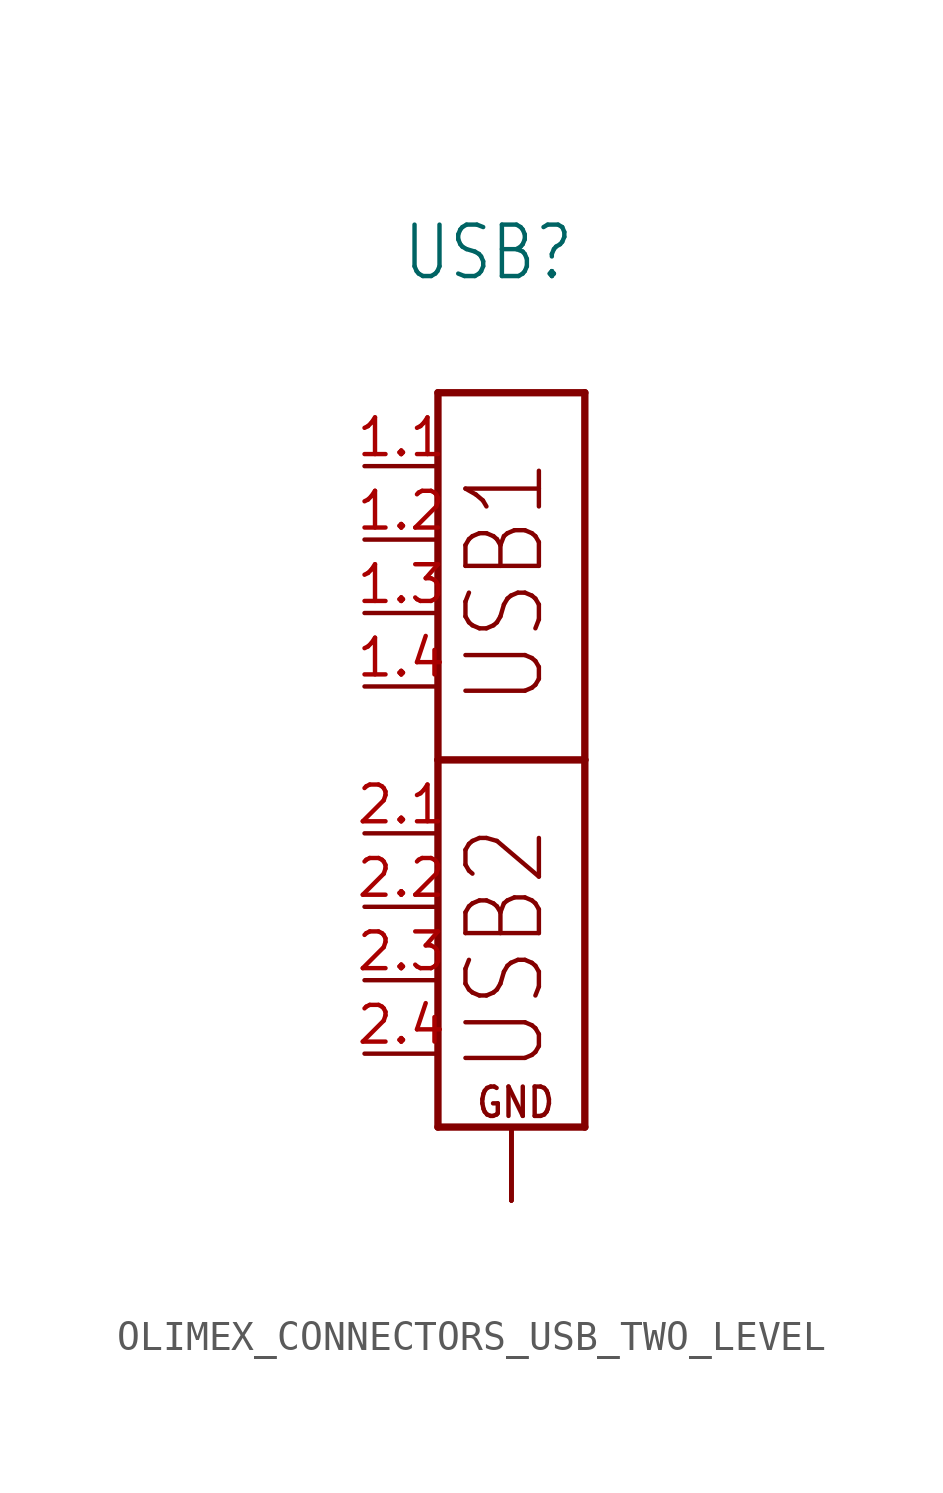
<source format=kicad_sym>
(kicad_symbol_lib
  (version 20231120)
  (generator "kicad_symbol_editor")
  (generator_version "8.0")
  (symbol "OLIMEX_CONNECTORS_USB_TWO_LEVEL"
    (property "Reference" "USB"
      (at -3.81 16.51 0)
      (effects (font (size 1.778 1.511)) (justify left bottom)))
    (property "Value" ""
      (at -3.81 13.97 0)
      (effects (font (size 1.778 1.511)) (justify left bottom)))
    (property "ki_locked" ""
      (at 0 0 0)
      (effects (font (size 1.27 1.27))))
    (symbol "OLIMEX_CONNECTORS_USB_TWO_LEVEL_1_0"
      (polyline (pts (xy -2.54 -12.7) (xy 2.54 -12.7)) (stroke (width 0.254) (type solid)) (fill (type none)))
      (polyline (pts (xy -2.54 0) (xy -2.54 -12.7)) (stroke (width 0.254) (type solid)) (fill (type none)))
      (polyline (pts (xy -2.54 12.7) (xy -2.54 0)) (stroke (width 0.254) (type solid)) (fill (type none)))
      (polyline (pts (xy 2.54 -12.7) (xy 2.54 0)) (stroke (width 0.254) (type solid)) (fill (type none)))
      (polyline (pts (xy 2.54 0) (xy -2.54 0)) (stroke (width 0.254) (type solid)) (fill (type none)))
      (polyline (pts (xy 2.54 0) (xy 2.54 12.7)) (stroke (width 0.254) (type solid)) (fill (type none)))
      (polyline (pts (xy 2.54 12.7) (xy -2.54 12.7)) (stroke (width 0.254) (type solid)) (fill (type none)))
      (text "GND" (at -1.27 -12.446 0) (effects (font (size 1.016 0.864)) (justify left bottom)))
      (text "USB1" (at 1.27 1.778 900) (effects (font (size 2.54 2.159)) (justify left bottom)))
      (text "USB2" (at 1.27 -10.922 900) (effects (font (size 2.54 2.159)) (justify left bottom)))
      (pin passive line (at -5.08 10.16 0) (length 2.54) (name "1.1" (effects (font (size 0 0)))) (number "1.1" (effects (font (size 1.27 1.27)))))
      (pin passive line (at -5.08 7.62 0) (length 2.54) (name "1.2" (effects (font (size 0 0)))) (number "1.2" (effects (font (size 1.27 1.27)))))
      (pin passive line (at -5.08 5.08 0) (length 2.54) (name "1.3" (effects (font (size 0 0)))) (number "1.3" (effects (font (size 1.27 1.27)))))
      (pin passive line (at -5.08 2.54 0) (length 2.54) (name "1.4" (effects (font (size 0 0)))) (number "1.4" (effects (font (size 1.27 1.27)))))
      (pin passive line (at -5.08 -2.54 0) (length 2.54) (name "2.1" (effects (font (size 0 0)))) (number "2.1" (effects (font (size 1.27 1.27)))))
      (pin passive line (at -5.08 -5.08 0) (length 2.54) (name "2.2" (effects (font (size 0 0)))) (number "2.2" (effects (font (size 1.27 1.27)))))
      (pin passive line (at -5.08 -7.62 0) (length 2.54) (name "2.3" (effects (font (size 0 0)))) (number "2.3" (effects (font (size 1.27 1.27)))))
      (pin passive line (at -5.08 -10.16 0) (length 2.54) (name "2.4" (effects (font (size 0 0)))) (number "2.4" (effects (font (size 1.27 1.27)))))
      (pin input line (at 0 -15.24 90) (length 2.54) (name "GND1" (effects (font (size 0 0)))) (number "GND1" (effects (font (size 0 0)))))
      (pin input line (at 0 -15.24 90) (length 2.54) (name "GND2" (effects (font (size 0 0)))) (number "GND2" (effects (font (size 0 0)))))
      (pin input line (at 0 -15.24 90) (length 2.54) (name "GND3" (effects (font (size 0 0)))) (number "GND3" (effects (font (size 0 0)))))
      (pin input line (at 0 -15.24 90) (length 2.54) (name "GND4" (effects (font (size 0 0)))) (number "GND4" (effects (font (size 0 0))))))))
</source>
